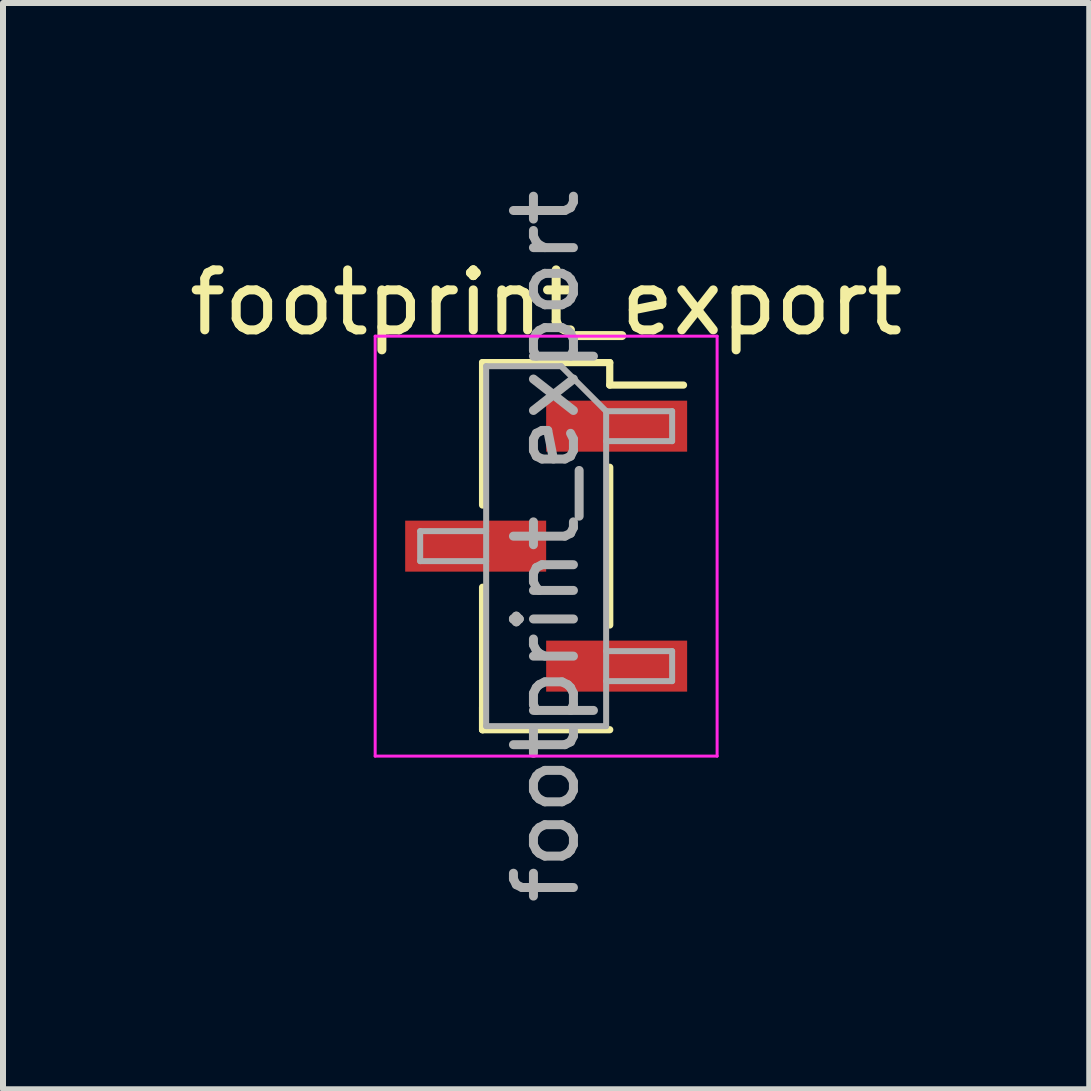
<source format=kicad_pcb>
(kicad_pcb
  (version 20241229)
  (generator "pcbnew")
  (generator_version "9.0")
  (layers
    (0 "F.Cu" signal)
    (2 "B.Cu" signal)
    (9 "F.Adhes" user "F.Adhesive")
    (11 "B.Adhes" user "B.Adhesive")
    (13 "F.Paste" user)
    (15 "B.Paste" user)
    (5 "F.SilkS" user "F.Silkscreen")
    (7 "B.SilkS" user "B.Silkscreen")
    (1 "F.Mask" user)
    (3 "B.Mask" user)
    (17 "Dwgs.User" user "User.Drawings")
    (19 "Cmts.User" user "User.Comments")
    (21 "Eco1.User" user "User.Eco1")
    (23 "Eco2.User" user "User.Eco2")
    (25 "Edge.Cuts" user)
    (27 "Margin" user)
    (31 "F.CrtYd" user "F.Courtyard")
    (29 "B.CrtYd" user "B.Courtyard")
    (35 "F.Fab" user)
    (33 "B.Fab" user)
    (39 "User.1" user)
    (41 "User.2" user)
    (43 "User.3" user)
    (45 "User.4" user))
  (footprint "footprint_export"
    (layer "F.Cu")
    (at 6.054 6.054)
    (property "Reference" "footprint_export" (at 0 -4.06 0) (layer "F.SilkS") (effects (font (size 1 1) (thickness 0.15))))
    (attr smd)
    (fp_line (start -1.06 -3.06) (end -1.06 -0.685) (stroke (width 0.12) (type solid)) (layer "F.SilkS"))
    (fp_line (start -1.06 -3.06) (end 1.06 -3.06) (stroke (width 0.12) (type solid)) (layer "F.SilkS"))
    (fp_line (start -1.06 0.685) (end -1.06 3.06) (stroke (width 0.12) (type solid)) (layer "F.SilkS"))
    (fp_line (start -1.06 2.685) (end -1.06 3.06) (stroke (width 0.12) (type solid)) (layer "F.SilkS"))
    (fp_line (start -1.06 3.06) (end 1.06 3.06) (stroke (width 0.12) (type solid)) (layer "F.SilkS"))
    (fp_line (start 1.06 -3.06) (end 1.06 -2.685) (stroke (width 0.12) (type solid)) (layer "F.SilkS"))
    (fp_line (start 1.06 -2.685) (end 2.29 -2.685) (stroke (width 0.12) (type solid)) (layer "F.SilkS"))
    (fp_line (start 1.06 -1.315) (end 1.06 1.315) (stroke (width 0.12) (type solid)) (layer "F.SilkS"))
    (fp_line (start -2.85 -3.5) (end -2.85 3.5) (stroke (width 0.05) (type solid)) (layer "F.CrtYd"))
    (fp_line (start -2.85 3.5) (end 2.85 3.5) (stroke (width 0.05) (type solid)) (layer "F.CrtYd"))
    (fp_line (start 2.85 -3.5) (end -2.85 -3.5) (stroke (width 0.05) (type solid)) (layer "F.CrtYd"))
    (fp_line (start 2.85 3.5) (end 2.85 -3.5) (stroke (width 0.05) (type solid)) (layer "F.CrtYd"))
    (fp_line (start -2.1 -0.25) (end -2.1 0.25) (stroke (width 0.1) (type solid)) (layer "F.Fab"))
    (fp_line (start -2.1 0.25) (end -1 0.25) (stroke (width 0.1) (type solid)) (layer "F.Fab"))
    (fp_line (start -1 -3) (end -1 3) (stroke (width 0.1) (type solid)) (layer "F.Fab"))
    (fp_line (start -1 -3) (end 0.25 -3) (stroke (width 0.1) (type solid)) (layer "F.Fab"))
    (fp_line (start -1 -0.25) (end -2.1 -0.25) (stroke (width 0.1) (type solid)) (layer "F.Fab"))
    (fp_line (start 1 -2.25) (end 0.25 -3) (stroke (width 0.1) (type solid)) (layer "F.Fab"))
    (fp_line (start 1 -2.25) (end 2.1 -2.25) (stroke (width 0.1) (type solid)) (layer "F.Fab"))
    (fp_line (start 1 1.75) (end 2.1 1.75) (stroke (width 0.1) (type solid)) (layer "F.Fab"))
    (fp_line (start 1 3) (end -1 3) (stroke (width 0.1) (type solid)) (layer "F.Fab"))
    (fp_line (start 1 3) (end 1 -2.25) (stroke (width 0.1) (type solid)) (layer "F.Fab"))
    (fp_line (start 2.1 -2.25) (end 2.1 -1.75) (stroke (width 0.1) (type solid)) (layer "F.Fab"))
    (fp_line (start 2.1 -1.75) (end 1 -1.75) (stroke (width 0.1) (type solid)) (layer "F.Fab"))
    (fp_line (start 2.1 1.75) (end 2.1 2.25) (stroke (width 0.1) (type solid)) (layer "F.Fab"))
    (fp_line (start 2.1 2.25) (end 1 2.25) (stroke (width 0.1) (type solid)) (layer "F.Fab"))
    (fp_text user "${REFERENCE}" (at 0 0 90) (layer "F.Fab") (effects (font (size 1 1) (thickness 0.15))))
    (pad "1" smd rect (at 1.175 -2) (size 2.35 0.85) (layers "F.Cu" "F.Mask" "F.Paste"))
    (pad "2" smd rect (at -1.175 0) (size 2.35 0.85) (layers "F.Cu" "F.Mask" "F.Paste"))
    (pad "3" smd rect (at 1.175 2) (size 2.35 0.85) (layers "F.Cu" "F.Mask" "F.Paste")))
  (gr_rect
    (start -3 -3)
    (end 15.107 15.107)
    (stroke (width 0.1) (type default))
    (fill no)
    (layer "Edge.Cuts")))
</source>
